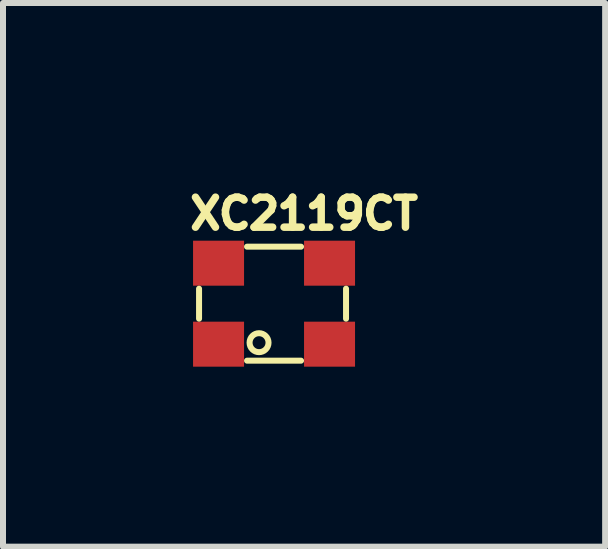
<source format=kicad_pcb>
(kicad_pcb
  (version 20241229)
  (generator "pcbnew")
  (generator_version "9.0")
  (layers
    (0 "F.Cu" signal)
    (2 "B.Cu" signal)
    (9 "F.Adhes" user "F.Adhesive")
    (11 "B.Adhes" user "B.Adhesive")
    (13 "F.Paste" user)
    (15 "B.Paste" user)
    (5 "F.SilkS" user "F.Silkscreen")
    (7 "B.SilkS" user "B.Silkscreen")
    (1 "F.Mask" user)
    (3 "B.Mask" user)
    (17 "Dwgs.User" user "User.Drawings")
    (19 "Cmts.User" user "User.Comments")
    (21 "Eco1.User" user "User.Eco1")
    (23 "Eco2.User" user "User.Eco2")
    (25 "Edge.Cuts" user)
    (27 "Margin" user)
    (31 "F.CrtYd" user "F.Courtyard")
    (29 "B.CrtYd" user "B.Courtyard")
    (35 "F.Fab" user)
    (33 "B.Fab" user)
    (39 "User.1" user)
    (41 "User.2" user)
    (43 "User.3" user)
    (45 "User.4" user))
  (footprint "XC2119CT"
    (layer "F.Cu")
    (at 1.518 2.012)
    (property "Reference" "XC2119CT" (at 0.5 -1.5 0) (layer "F.SilkS") (effects (font (size 0.5 0.5) (thickness 0.125))))
    (attr through_hole)
    (fp_line (start -1.25 -0.25) (end -1.25 0.25) (stroke (width 0.1) (type solid)) (layer "F.SilkS"))
    (fp_line (start -0.45 -0.95) (end 0.45 -0.95) (stroke (width 0.1) (type solid)) (layer "F.SilkS"))
    (fp_line (start 0.45 0.95) (end -0.45 0.95) (stroke (width 0.1) (type solid)) (layer "F.SilkS"))
    (fp_line (start 1.2 -0.25) (end 1.2 0.25) (stroke (width 0.1) (type solid)) (layer "F.SilkS"))
    (fp_circle (center -0.25 0.65) (end -0.1 0.6) (stroke (width 0.1) (type solid)) (fill no) (layer "F.SilkS"))
    (pad "1" smd rect (at -0.925 0.675) (size 0.85 0.75) (layers "F.Cu" "F.Mask" "F.Paste"))
    (pad "2" smd rect (at 0.925 0.675) (size 0.85 0.75) (layers "F.Cu" "F.Mask" "F.Paste"))
    (pad "3" smd rect (at 0.925 -0.675) (size 0.85 0.75) (layers "F.Cu" "F.Mask" "F.Paste"))
    (pad "4" smd rect (at -0.925 -0.675) (size 0.85 0.75) (layers "F.Cu" "F.Mask" "F.Paste")))
  (gr_rect
    (start -3 -3)
    (end 7.037 6.062)
    (stroke (width 0.1) (type default))
    (fill no)
    (layer "Edge.Cuts")))
</source>
